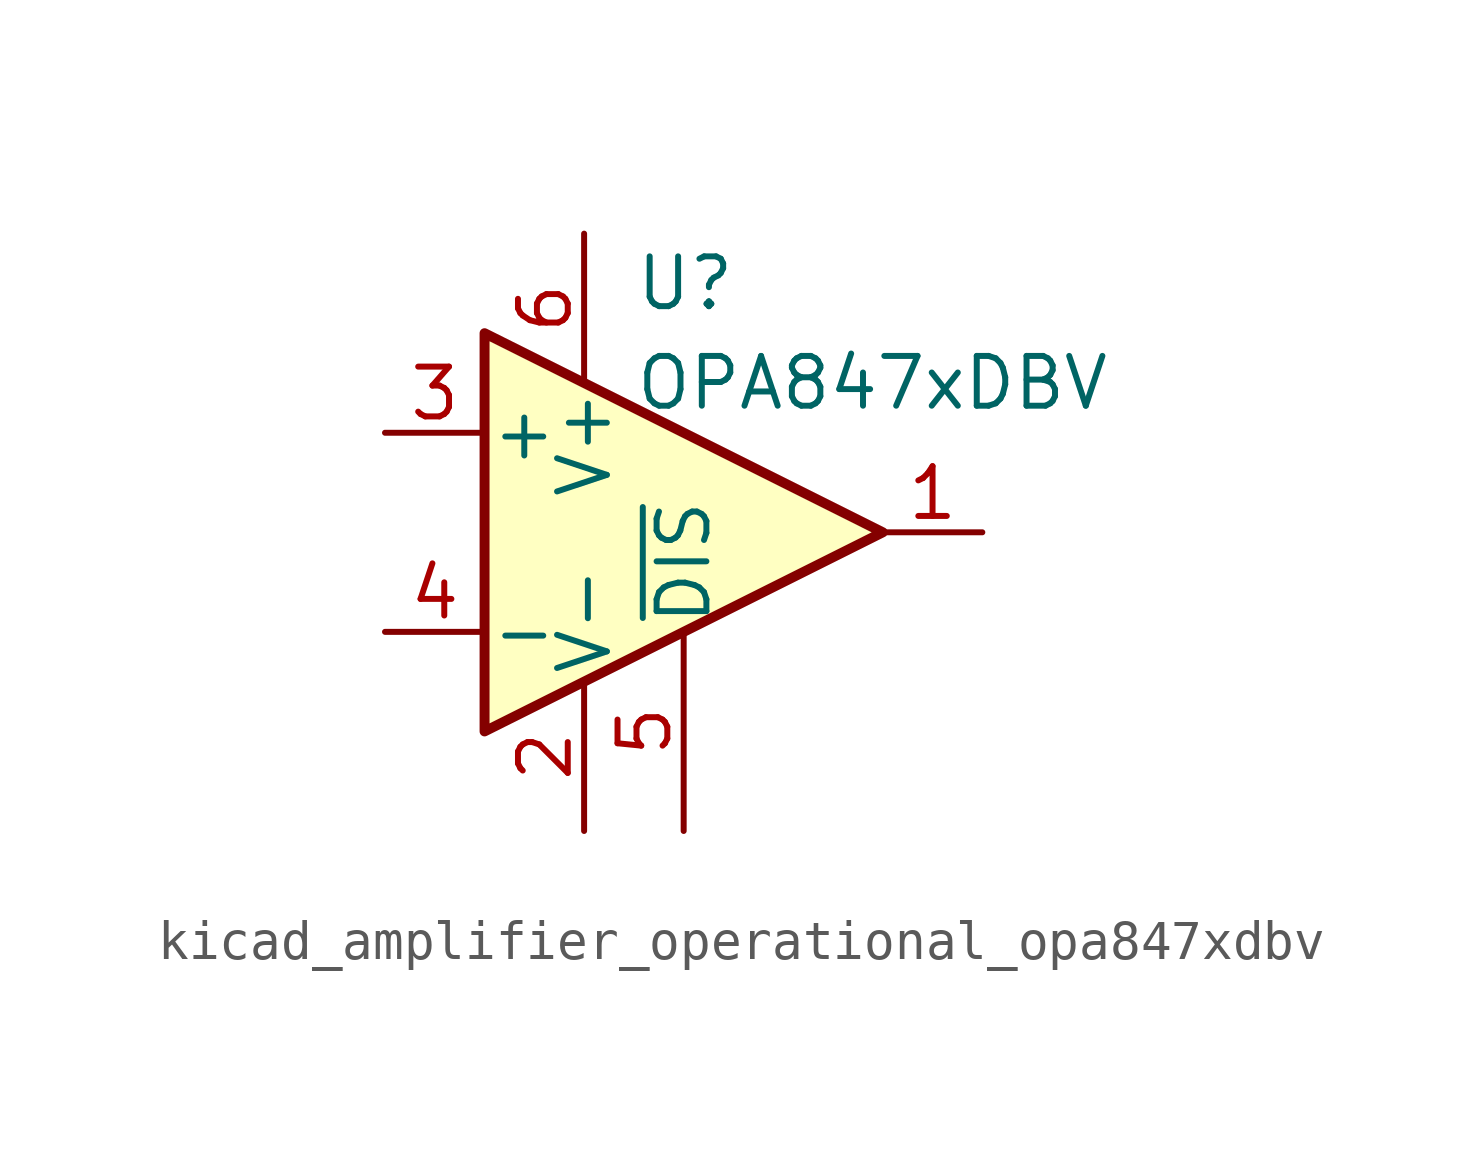
<source format=kicad_sym>
(kicad_symbol_lib
  (version 20220914)
  (generator kicad_symbol_editor)
  (symbol "kicad_amplifier_operational_opa847xdbv"
    (pin_names
      (offset 0.127))
    (property "Reference" "U"
      (at -1.27 6.35 0)
      (effects (font (size 1.27 1.27)) (justify left)))
    (property "Value" "OPA847xDBV"
      (at -1.27 3.81 0)
      (effects (font (size 1.27 1.27)) (justify left)))
    (symbol "kicad_amplifier_operational_opa847xdbv_0_1"
      (polyline (pts (xy -5.08 5.08) (xy 5.08 0) (xy -5.08 -5.08) (xy -5.08 5.08)) (stroke (width 0.254) (type default)) (fill (type background)))
      (pin power_in line (at -2.54 -7.62 90) (length 3.81) (name "V-" (effects (font (size 1.27 1.27)))) (number "2" (effects (font (size 1.27 1.27)))))
      (pin power_in line (at -2.54 7.62 270) (length 3.81) (name "V+" (effects (font (size 1.27 1.27)))) (number "6" (effects (font (size 1.27 1.27))))))
    (symbol "kicad_amplifier_operational_opa847xdbv_1_1"
      (pin output line (at 7.62 0 180) (length 2.54) (name "~" (effects (font (size 1.27 1.27)))) (number "1" (effects (font (size 1.27 1.27)))))
      (pin input line (at -7.62 2.54 0) (length 2.54) (name "+" (effects (font (size 1.27 1.27)))) (number "3" (effects (font (size 1.27 1.27)))))
      (pin input line (at -7.62 -2.54 0) (length 2.54) (name "-" (effects (font (size 1.27 1.27)))) (number "4" (effects (font (size 1.27 1.27)))))
      (pin input line (at 0 -7.62 90) (length 5.08) (name "~{DIS}" (effects (font (size 1.27 1.27)))) (number "5" (effects (font (size 1.27 1.27))))))))
</source>
